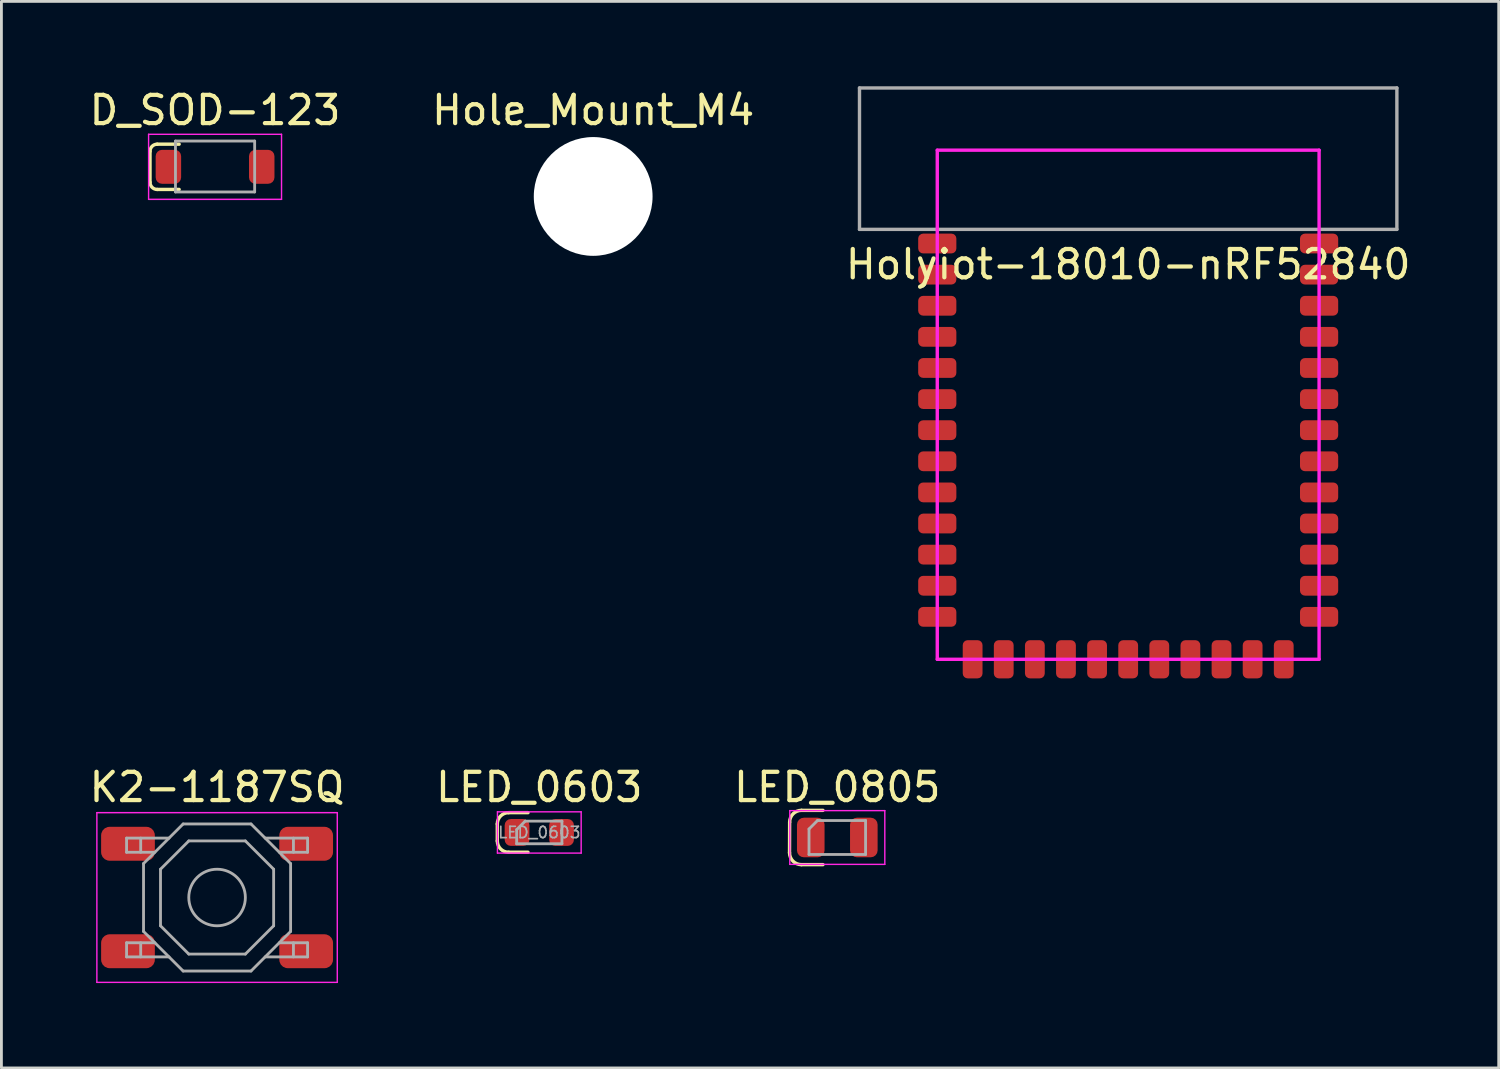
<source format=kicad_pcb>
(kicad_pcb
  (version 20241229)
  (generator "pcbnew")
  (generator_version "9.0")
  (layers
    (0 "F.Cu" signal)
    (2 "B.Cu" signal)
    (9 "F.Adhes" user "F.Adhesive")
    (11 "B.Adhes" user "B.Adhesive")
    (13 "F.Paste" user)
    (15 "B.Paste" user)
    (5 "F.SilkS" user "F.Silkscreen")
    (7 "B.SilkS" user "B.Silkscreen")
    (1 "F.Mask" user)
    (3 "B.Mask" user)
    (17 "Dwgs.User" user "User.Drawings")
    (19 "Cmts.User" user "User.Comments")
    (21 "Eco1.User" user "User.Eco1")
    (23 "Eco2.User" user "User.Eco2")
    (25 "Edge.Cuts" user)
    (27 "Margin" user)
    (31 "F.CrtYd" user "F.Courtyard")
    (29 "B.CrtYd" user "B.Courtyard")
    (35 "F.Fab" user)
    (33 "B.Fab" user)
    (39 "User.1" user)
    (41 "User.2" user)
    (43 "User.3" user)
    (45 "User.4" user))
  (footprint "LED_0805"
    (layer "F.Cu")
    (at 26.554 26.561)
    (property "Reference" "LED_0805" (at 0 -1.778 0) (unlocked yes) (layer "F.SilkS") (effects (font (size 1 1) (thickness 0.15))))
    (fp_line (start -1.685 -0.541) (end -1.689 0.541) (stroke (width 0.12) (type solid)) (layer "F.SilkS"))
    (fp_line (start -1.27 0.96) (end -0.508 0.96) (stroke (width 0.12) (type solid)) (layer "F.SilkS"))
    (fp_line (start -0.508 -0.96) (end -1.266 -0.96) (stroke (width 0.12) (type solid)) (layer "F.SilkS"))
    (fp_arc (start -1.685 -0.541239) (mid -1.562348 -0.837348) (end -1.266239 -0.96) (stroke (width 0.12) (type solid)) (layer "F.SilkS"))
    (fp_arc (start -1.27 0.96) (mid -1.566109 0.837348) (end -1.688761 0.541239) (stroke (width 0.12) (type solid)) (layer "F.SilkS"))
    (fp_line (start -1.68 -0.95) (end 1.68 -0.95) (stroke (width 0.05) (type solid)) (layer "F.CrtYd"))
    (fp_line (start -1.68 0.95) (end -1.68 -0.95) (stroke (width 0.05) (type solid)) (layer "F.CrtYd"))
    (fp_line (start 1.68 -0.95) (end 1.68 0.95) (stroke (width 0.05) (type solid)) (layer "F.CrtYd"))
    (fp_line (start 1.68 0.95) (end -1.68 0.95) (stroke (width 0.05) (type solid)) (layer "F.CrtYd"))
    (fp_line (start -1 -0.3) (end -1 0.6) (stroke (width 0.1) (type solid)) (layer "F.Fab"))
    (fp_line (start -1 0.6) (end 1 0.6) (stroke (width 0.1) (type solid)) (layer "F.Fab"))
    (fp_line (start -0.7 -0.6) (end -1 -0.3) (stroke (width 0.1) (type solid)) (layer "F.Fab"))
    (fp_line (start 1 -0.6) (end -0.7 -0.6) (stroke (width 0.1) (type solid)) (layer "F.Fab"))
    (fp_line (start 1 0.6) (end 1 -0.6) (stroke (width 0.1) (type solid)) (layer "F.Fab"))
    (pad "1" smd roundrect (at -0.938 0) (size 0.975 1.4) (layers "F.Cu" "F.Mask" "F.Paste") (roundrect_rratio 0.25))
    (pad "2" smd roundrect (at 0.938 0) (size 0.975 1.4) (layers "F.Cu" "F.Mask" "F.Paste") (roundrect_rratio 0.25)))
  (footprint "LED_0603"
    (layer "F.Cu")
    (at 16.018 26.383)
    (property "Reference" "LED_0603" (at 0 -1.6 0) (unlocked yes) (layer "F.SilkS") (effects (font (size 1 1) (thickness 0.15))))
    (fp_line (start -1.485 -0.3) (end -1.485 0.3) (stroke (width 0.12) (type solid)) (layer "F.SilkS"))
    (fp_line (start -1.085 -0.7) (end -0.4 -0.7) (stroke (width 0.12) (type solid)) (layer "F.SilkS"))
    (fp_line (start -1.085 0.7) (end -0.4 0.7) (stroke (width 0.12) (type solid)) (layer "F.SilkS"))
    (fp_arc (start -1.485 -0.3) (mid -1.367843 -0.582843) (end -1.085 -0.7) (stroke (width 0.12) (type solid)) (layer "F.SilkS"))
    (fp_arc (start -1.085 0.7) (mid -1.367843 0.582843) (end -1.485 0.3) (stroke (width 0.12) (type solid)) (layer "F.SilkS"))
    (fp_line (start -1.48 -0.73) (end 1.48 -0.73) (stroke (width 0.05) (type solid)) (layer "F.CrtYd"))
    (fp_line (start -1.48 0.73) (end -1.48 -0.73) (stroke (width 0.05) (type solid)) (layer "F.CrtYd"))
    (fp_line (start 1.48 -0.73) (end 1.48 0.73) (stroke (width 0.05) (type solid)) (layer "F.CrtYd"))
    (fp_line (start 1.48 0.73) (end -1.48 0.73) (stroke (width 0.05) (type solid)) (layer "F.CrtYd"))
    (fp_line (start -0.8 -0.1) (end -0.8 0.4) (stroke (width 0.1) (type solid)) (layer "F.Fab"))
    (fp_line (start -0.8 0.4) (end 0.8 0.4) (stroke (width 0.1) (type solid)) (layer "F.Fab"))
    (fp_line (start -0.5 -0.4) (end -0.8 -0.1) (stroke (width 0.1) (type solid)) (layer "F.Fab"))
    (fp_line (start 0.8 -0.4) (end -0.5 -0.4) (stroke (width 0.1) (type solid)) (layer "F.Fab"))
    (fp_line (start 0.8 0.4) (end 0.8 -0.4) (stroke (width 0.1) (type solid)) (layer "F.Fab"))
    (fp_text user "${REFERENCE}" (at 0 0 0) (unlocked yes) (layer "F.Fab") (effects (font (size 0.4 0.4) (thickness 0.06))))
    (pad "1" smd roundrect (at -0.787 0) (size 0.875 0.95) (layers "F.Cu" "F.Mask" "F.Paste") (roundrect_rratio 0.25))
    (pad "2" smd roundrect (at 0.787 0) (size 0.875 0.95) (layers "F.Cu" "F.Mask" "F.Paste") (roundrect_rratio 0.25)))
  (footprint "Holyiot-18010-nRF52840"
    (layer "F.Cu")
    (at 36.839 11.26)
    (property "Reference" "Holyiot-18010-nRF52840" (at 0 -4.961 0) (layer "F.SilkS") (effects (font (size 1 1) (thickness 0.15))))
    (attr through_hole)
    (fp_line (start -6.75 -9) (end 6.75 -9) (stroke (width 0.12) (type solid)) (layer "F.CrtYd"))
    (fp_line (start -6.75 9) (end -6.75 -9) (stroke (width 0.12) (type solid)) (layer "F.CrtYd"))
    (fp_line (start 6.75 -9) (end 6.75 9) (stroke (width 0.12) (type solid)) (layer "F.CrtYd"))
    (fp_line (start 6.75 9) (end -6.75 9) (stroke (width 0.12) (type solid)) (layer "F.CrtYd"))
    (fp_line (start -9.5 -11.2) (end 9.5 -11.2) (stroke (width 0.12) (type solid)) (layer "F.Fab"))
    (fp_line (start -9.5 -6.2) (end -9.5 -11.2) (stroke (width 0.12) (type solid)) (layer "F.Fab"))
    (fp_line (start 9.5 -11.2) (end 9.5 -6.2) (stroke (width 0.12) (type solid)) (layer "F.Fab"))
    (fp_line (start 9.5 -6.2) (end -9.5 -6.2) (stroke (width 0.12) (type solid)) (layer "F.Fab"))
    (pad "1" smd roundrect (at -6.75 -5.7) (size 1.35 0.7) (layers "F.Cu" "F.Mask" "F.Paste") (roundrect_rratio 0.25))
    (pad "2" smd roundrect (at -6.75 -4.6) (size 1.35 0.7) (layers "F.Cu" "F.Mask" "F.Paste") (roundrect_rratio 0.25))
    (pad "3" smd roundrect (at -6.75 -3.5) (size 1.35 0.7) (layers "F.Cu" "F.Mask" "F.Paste") (roundrect_rratio 0.25))
    (pad "4" smd roundrect (at -6.75 -2.4) (size 1.35 0.7) (layers "F.Cu" "F.Mask" "F.Paste") (roundrect_rratio 0.25))
    (pad "5" smd roundrect (at -6.75 -1.3) (size 1.35 0.7) (layers "F.Cu" "F.Mask" "F.Paste") (roundrect_rratio 0.25))
    (pad "6" smd roundrect (at -6.75 -0.2) (size 1.35 0.7) (layers "F.Cu" "F.Mask" "F.Paste") (roundrect_rratio 0.25))
    (pad "7" smd roundrect (at -6.75 0.9) (size 1.35 0.7) (layers "F.Cu" "F.Mask" "F.Paste") (roundrect_rratio 0.25))
    (pad "8" smd roundrect (at -6.75 2) (size 1.35 0.7) (layers "F.Cu" "F.Mask" "F.Paste") (roundrect_rratio 0.25))
    (pad "9" smd roundrect (at -6.75 3.1) (size 1.35 0.7) (layers "F.Cu" "F.Mask" "F.Paste") (roundrect_rratio 0.25))
    (pad "10" smd roundrect (at -6.75 4.2) (size 1.35 0.7) (layers "F.Cu" "F.Mask" "F.Paste") (roundrect_rratio 0.25))
    (pad "11" smd roundrect (at -6.75 5.3) (size 1.35 0.7) (layers "F.Cu" "F.Mask" "F.Paste") (roundrect_rratio 0.25))
    (pad "12" smd roundrect (at -6.75 6.4) (size 1.35 0.7) (layers "F.Cu" "F.Mask" "F.Paste") (roundrect_rratio 0.25))
    (pad "13" smd roundrect (at -6.75 7.5) (size 1.35 0.7) (layers "F.Cu" "F.Mask" "F.Paste") (roundrect_rratio 0.25))
    (pad "14" smd roundrect (at -5.5 9 90) (size 1.35 0.7) (layers "F.Cu" "F.Mask" "F.Paste") (roundrect_rratio 0.25))
    (pad "15" smd roundrect (at -4.4 9 90) (size 1.35 0.7) (layers "F.Cu" "F.Mask" "F.Paste") (roundrect_rratio 0.25))
    (pad "16" smd roundrect (at -3.3 9 90) (size 1.35 0.7) (layers "F.Cu" "F.Mask" "F.Paste") (roundrect_rratio 0.25))
    (pad "17" smd roundrect (at -2.2 9 90) (size 1.35 0.7) (layers "F.Cu" "F.Mask" "F.Paste") (roundrect_rratio 0.25))
    (pad "18" smd roundrect (at -1.1 9 90) (size 1.35 0.7) (layers "F.Cu" "F.Mask" "F.Paste") (roundrect_rratio 0.25))
    (pad "19" smd roundrect (at 0 9 90) (size 1.35 0.7) (layers "F.Cu" "F.Mask" "F.Paste") (roundrect_rratio 0.25))
    (pad "20" smd roundrect (at 1.1 9 90) (size 1.35 0.7) (layers "F.Cu" "F.Mask" "F.Paste") (roundrect_rratio 0.25))
    (pad "21" smd roundrect (at 2.2 9 90) (size 1.35 0.7) (layers "F.Cu" "F.Mask" "F.Paste") (roundrect_rratio 0.25))
    (pad "22" smd roundrect (at 3.3 9 90) (size 1.35 0.7) (layers "F.Cu" "F.Mask" "F.Paste") (roundrect_rratio 0.25))
    (pad "23" smd roundrect (at 4.4 9 90) (size 1.35 0.7) (layers "F.Cu" "F.Mask" "F.Paste") (roundrect_rratio 0.25))
    (pad "24" smd roundrect (at 5.5 9 90) (size 1.35 0.7) (layers "F.Cu" "F.Mask" "F.Paste") (roundrect_rratio 0.25))
    (pad "25" smd roundrect (at 6.75 7.5 180) (size 1.35 0.7) (layers "F.Cu" "F.Mask" "F.Paste") (roundrect_rratio 0.25))
    (pad "26" smd roundrect (at 6.75 6.4 180) (size 1.35 0.7) (layers "F.Cu" "F.Mask" "F.Paste") (roundrect_rratio 0.25))
    (pad "27" smd roundrect (at 6.75 5.3 180) (size 1.35 0.7) (layers "F.Cu" "F.Mask" "F.Paste") (roundrect_rratio 0.25))
    (pad "28" smd roundrect (at 6.75 4.2 180) (size 1.35 0.7) (layers "F.Cu" "F.Mask" "F.Paste") (roundrect_rratio 0.25))
    (pad "29" smd roundrect (at 6.75 3.1 180) (size 1.35 0.7) (layers "F.Cu" "F.Mask" "F.Paste") (roundrect_rratio 0.25))
    (pad "30" smd roundrect (at 6.75 2 180) (size 1.35 0.7) (layers "F.Cu" "F.Mask" "F.Paste") (roundrect_rratio 0.25))
    (pad "31" smd roundrect (at 6.75 0.9 180) (size 1.35 0.7) (layers "F.Cu" "F.Mask" "F.Paste") (roundrect_rratio 0.25))
    (pad "32" smd roundrect (at 6.75 -0.2 180) (size 1.35 0.7) (layers "F.Cu" "F.Mask" "F.Paste") (roundrect_rratio 0.25))
    (pad "33" smd roundrect (at 6.75 -1.3 180) (size 1.35 0.7) (layers "F.Cu" "F.Mask" "F.Paste") (roundrect_rratio 0.25))
    (pad "34" smd roundrect (at 6.75 -2.4 180) (size 1.35 0.7) (layers "F.Cu" "F.Mask" "F.Paste") (roundrect_rratio 0.25))
    (pad "35" smd roundrect (at 6.75 -3.5 180) (size 1.35 0.7) (layers "F.Cu" "F.Mask" "F.Paste") (roundrect_rratio 0.25))
    (pad "36" smd roundrect (at 6.75 -4.6 180) (size 1.35 0.7) (layers "F.Cu" "F.Mask" "F.Paste") (roundrect_rratio 0.25))
    (pad "37" smd roundrect (at 6.75 -5.7 180) (size 1.35 0.7) (layers "F.Cu" "F.Mask" "F.Paste") (roundrect_rratio 0.25)))
  (footprint "D_SOD-123"
    (layer "F.Cu")
    (at 4.554 2.848)
    (property "Reference" "D_SOD-123" (at 0 -2 0) (layer "F.SilkS") (effects (font (size 1 1) (thickness 0.15))))
    (fp_line (start -2.3 -0.546) (end -2.3 0.546) (stroke (width 0.12) (type solid)) (layer "F.SilkS"))
    (fp_line (start -2.046 -0.8) (end -1.27 -0.8) (stroke (width 0.12) (type solid)) (layer "F.SilkS"))
    (fp_line (start -2.046 0.8) (end -1.27 0.8) (stroke (width 0.12) (type solid)) (layer "F.SilkS"))
    (fp_arc (start -2.3 -0.546) (mid -2.225605 -0.725605) (end -2.046 -0.8) (stroke (width 0.12) (type solid)) (layer "F.SilkS"))
    (fp_arc (start -2.046 0.8) (mid -2.225605 0.725605) (end -2.3 0.546) (stroke (width 0.12) (type solid)) (layer "F.SilkS"))
    (fp_line (start -2.35 -1.15) (end -2.35 1.15) (stroke (width 0.05) (type solid)) (layer "F.CrtYd"))
    (fp_line (start -2.35 -1.15) (end 2.35 -1.15) (stroke (width 0.05) (type solid)) (layer "F.CrtYd"))
    (fp_line (start 2.35 -1.15) (end 2.35 1.15) (stroke (width 0.05) (type solid)) (layer "F.CrtYd"))
    (fp_line (start 2.35 1.15) (end -2.35 1.15) (stroke (width 0.05) (type solid)) (layer "F.CrtYd"))
    (fp_line (start -1.4 -0.911) (end 1.4 -0.911) (stroke (width 0.1) (type solid)) (layer "F.Fab"))
    (fp_line (start -1.4 0.889) (end -1.4 -0.911) (stroke (width 0.1) (type solid)) (layer "F.Fab"))
    (fp_line (start 1.4 -0.911) (end 1.4 0.889) (stroke (width 0.1) (type solid)) (layer "F.Fab"))
    (fp_line (start 1.4 0.889) (end -1.4 0.889) (stroke (width 0.1) (type solid)) (layer "F.Fab"))
    (pad "1" smd roundrect (at -1.65 0) (size 0.9 1.2) (layers "F.Cu" "F.Mask" "F.Paste") (roundrect_rratio 0.25))
    (pad "2" smd roundrect (at 1.65 0) (size 0.9 1.2) (layers "F.Cu" "F.Mask" "F.Paste") (roundrect_rratio 0.25)))
  (footprint "Hole_Mount_M4"
    (layer "F.Cu")
    (at 17.923 3.896)
    (property "Reference" "Hole_Mount_M4" (at 0 -3.048 0) (layer "F.SilkS") (effects (font (size 1 1) (thickness 0.15))))
    (pad "" np_thru_hole circle (at 0 0) (size 4.2 4.2) (drill 4.2) (layers "*.Cu" "*.Mask")))
  (footprint "K2-1187SQ"
    (layer "F.Cu")
    (at 4.625 28.683)
    (property "Reference" "K2-1187SQ" (at 0 -3.9 0) (unlocked yes) (layer "F.SilkS") (effects (font (size 1 1) (thickness 0.15))))
    (fp_line (start -4.25 -3) (end 4.25 -3) (stroke (width 0.05) (type solid)) (layer "F.CrtYd"))
    (fp_line (start -4.25 3) (end -4.25 -3) (stroke (width 0.05) (type solid)) (layer "F.CrtYd"))
    (fp_line (start 4.25 -3) (end 4.25 3) (stroke (width 0.05) (type solid)) (layer "F.CrtYd"))
    (fp_line (start 4.25 3) (end -4.25 3) (stroke (width 0.05) (type solid)) (layer "F.CrtYd"))
    (fp_line (start -3.2 -2.1) (end -3.2 -1.6) (stroke (width 0.1) (type solid)) (layer "F.Fab"))
    (fp_line (start -3.2 -1.6) (end -2.2 -1.6) (stroke (width 0.1) (type solid)) (layer "F.Fab"))
    (fp_line (start -3.2 1.6) (end -2.2 1.6) (stroke (width 0.1) (type solid)) (layer "F.Fab"))
    (fp_line (start -3.2 2.1) (end -3.2 1.6) (stroke (width 0.1) (type solid)) (layer "F.Fab"))
    (fp_line (start -2.7 -2.1) (end -2.7 -1.6) (stroke (width 0.1) (type solid)) (layer "F.Fab"))
    (fp_line (start -2.7 2.1) (end -2.7 1.6) (stroke (width 0.1) (type solid)) (layer "F.Fab"))
    (fp_line (start -2.6 -1.2) (end -2.6 1.2) (stroke (width 0.1) (type solid)) (layer "F.Fab"))
    (fp_line (start -2.6 1.2) (end -1.2 2.6) (stroke (width 0.1) (type solid)) (layer "F.Fab"))
    (fp_line (start -2 -1) (end -1 -2) (stroke (width 0.1) (type solid)) (layer "F.Fab"))
    (fp_line (start -2 1) (end -2 -1) (stroke (width 0.1) (type solid)) (layer "F.Fab"))
    (fp_line (start -1.7 -2.1) (end -3.2 -2.1) (stroke (width 0.1) (type solid)) (layer "F.Fab"))
    (fp_line (start -1.7 2.1) (end -3.2 2.1) (stroke (width 0.1) (type solid)) (layer "F.Fab"))
    (fp_line (start -1.2 -2.6) (end -2.6 -1.2) (stroke (width 0.1) (type solid)) (layer "F.Fab"))
    (fp_line (start -1.2 2.6) (end 1.2 2.6) (stroke (width 0.1) (type solid)) (layer "F.Fab"))
    (fp_line (start -1 -2) (end 1 -2) (stroke (width 0.1) (type solid)) (layer "F.Fab"))
    (fp_line (start -1 2) (end -2 1) (stroke (width 0.1) (type solid)) (layer "F.Fab"))
    (fp_line (start 1 -2) (end 2 -1) (stroke (width 0.1) (type solid)) (layer "F.Fab"))
    (fp_line (start 1 2) (end -1 2) (stroke (width 0.1) (type solid)) (layer "F.Fab"))
    (fp_line (start 1.2 -2.6) (end -1.2 -2.6) (stroke (width 0.1) (type solid)) (layer "F.Fab"))
    (fp_line (start 1.2 2.6) (end 2.6 1.2) (stroke (width 0.1) (type solid)) (layer "F.Fab"))
    (fp_line (start 1.7 -2.1) (end 3.2 -2.1) (stroke (width 0.1) (type solid)) (layer "F.Fab"))
    (fp_line (start 1.7 2.1) (end 3.2 2.1) (stroke (width 0.1) (type solid)) (layer "F.Fab"))
    (fp_line (start 2 -1) (end 2 1) (stroke (width 0.1) (type solid)) (layer "F.Fab"))
    (fp_line (start 2 1) (end 1 2) (stroke (width 0.1) (type solid)) (layer "F.Fab"))
    (fp_line (start 2.6 -1.2) (end 1.2 -2.6) (stroke (width 0.1) (type solid)) (layer "F.Fab"))
    (fp_line (start 2.6 1.2) (end 2.6 -1.2) (stroke (width 0.1) (type solid)) (layer "F.Fab"))
    (fp_line (start 2.7 -2.1) (end 2.7 -1.6) (stroke (width 0.1) (type solid)) (layer "F.Fab"))
    (fp_line (start 2.7 2.1) (end 2.7 1.6) (stroke (width 0.1) (type solid)) (layer "F.Fab"))
    (fp_line (start 3.2 -2.1) (end 3.2 -1.6) (stroke (width 0.1) (type solid)) (layer "F.Fab"))
    (fp_line (start 3.2 -1.6) (end 2.2 -1.6) (stroke (width 0.1) (type solid)) (layer "F.Fab"))
    (fp_line (start 3.2 1.6) (end 2.2 1.6) (stroke (width 0.1) (type solid)) (layer "F.Fab"))
    (fp_line (start 3.2 2.1) (end 3.2 1.6) (stroke (width 0.1) (type solid)) (layer "F.Fab"))
    (fp_circle (center 0 0) (end 1 0) (stroke (width 0.1) (type solid)) (fill no) (layer "F.Fab"))
    (pad "1" smd roundrect (at -3.15 -1.9) (size 1.9 1.2) (layers "F.Cu" "F.Mask" "F.Paste") (roundrect_rratio 0.25))
    (pad "1" smd roundrect (at 3.15 -1.9) (size 1.9 1.2) (layers "F.Cu" "F.Mask" "F.Paste") (roundrect_rratio 0.25))
    (pad "2" smd roundrect (at -3.15 1.9) (size 1.9 1.2) (layers "F.Cu" "F.Mask" "F.Paste") (roundrect_rratio 0.25))
    (pad "2" smd roundrect (at 3.15 1.9) (size 1.9 1.2) (layers "F.Cu" "F.Mask" "F.Paste") (roundrect_rratio 0.25)))
  (gr_rect
    (start -3 -3)
    (end 49.94 34.708)
    (stroke (width 0.1) (type default))
    (fill no)
    (layer "Edge.Cuts")))
</source>
